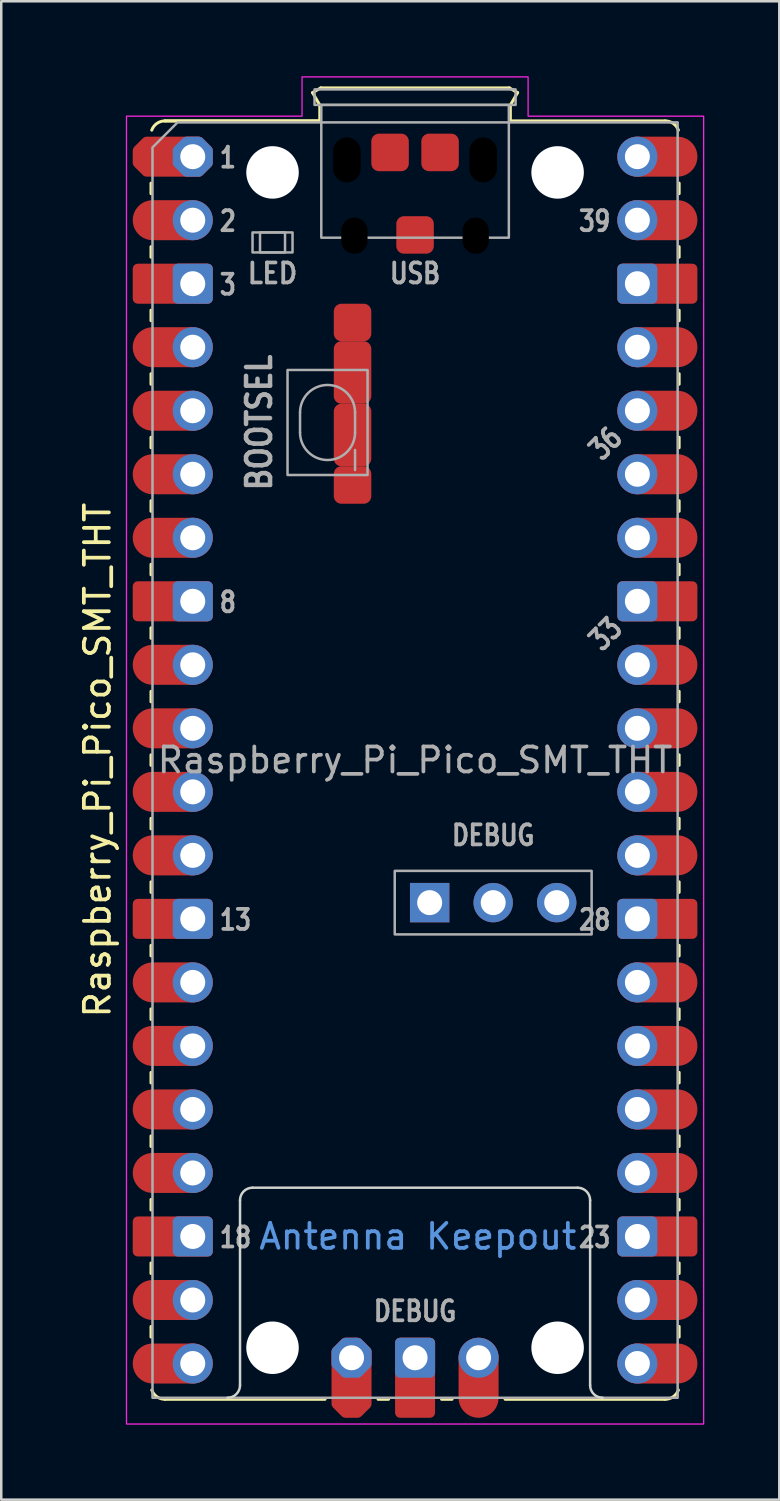
<source format=kicad_pcb>
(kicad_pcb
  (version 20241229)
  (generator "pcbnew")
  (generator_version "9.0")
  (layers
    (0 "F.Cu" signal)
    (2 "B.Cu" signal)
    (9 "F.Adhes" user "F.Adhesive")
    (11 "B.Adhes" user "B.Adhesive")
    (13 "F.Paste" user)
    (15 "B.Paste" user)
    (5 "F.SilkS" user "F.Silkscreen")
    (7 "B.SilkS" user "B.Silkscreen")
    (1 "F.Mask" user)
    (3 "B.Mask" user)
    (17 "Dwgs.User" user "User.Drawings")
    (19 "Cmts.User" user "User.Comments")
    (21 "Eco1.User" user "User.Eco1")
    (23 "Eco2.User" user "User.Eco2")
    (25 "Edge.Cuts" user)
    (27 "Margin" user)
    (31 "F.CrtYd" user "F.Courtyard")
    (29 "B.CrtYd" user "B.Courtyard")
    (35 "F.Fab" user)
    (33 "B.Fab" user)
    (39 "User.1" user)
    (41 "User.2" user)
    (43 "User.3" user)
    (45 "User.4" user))
  (footprint "Raspberry_Pi_Pico_SMT_THT"
    (layer "F.Cu")
    (at 4.658 3.215)
    (property "Reference" "Raspberry_Pi_Pico_SMT_THT" (at -3.81 24.13 270) (layer "F.SilkS") (effects (font (size 1 1) (thickness 0.15))))
    (attr through_hole)
    (fp_line (start -1.67 1.06) (end -1.67 1.48) (stroke (width 0.12) (type solid)) (layer "F.SilkS"))
    (fp_line (start -1.67 3.6) (end -1.67 4.02) (stroke (width 0.12) (type solid)) (layer "F.SilkS"))
    (fp_line (start -1.67 6.14) (end -1.67 6.56) (stroke (width 0.12) (type solid)) (layer "F.SilkS"))
    (fp_line (start -1.67 8.68) (end -1.67 9.1) (stroke (width 0.12) (type solid)) (layer "F.SilkS"))
    (fp_line (start -1.67 11.22) (end -1.67 11.64) (stroke (width 0.12) (type solid)) (layer "F.SilkS"))
    (fp_line (start -1.67 13.76) (end -1.67 14.18) (stroke (width 0.12) (type solid)) (layer "F.SilkS"))
    (fp_line (start -1.67 16.3) (end -1.67 16.72) (stroke (width 0.12) (type solid)) (layer "F.SilkS"))
    (fp_line (start -1.67 18.84) (end -1.67 19.26) (stroke (width 0.12) (type solid)) (layer "F.SilkS"))
    (fp_line (start -1.67 21.38) (end -1.67 21.8) (stroke (width 0.12) (type solid)) (layer "F.SilkS"))
    (fp_line (start -1.67 23.92) (end -1.67 24.34) (stroke (width 0.12) (type solid)) (layer "F.SilkS"))
    (fp_line (start -1.67 26.46) (end -1.67 26.88) (stroke (width 0.12) (type solid)) (layer "F.SilkS"))
    (fp_line (start -1.67 29) (end -1.67 29.42) (stroke (width 0.12) (type solid)) (layer "F.SilkS"))
    (fp_line (start -1.67 31.54) (end -1.67 31.96) (stroke (width 0.12) (type solid)) (layer "F.SilkS"))
    (fp_line (start -1.67 34.08) (end -1.67 34.5) (stroke (width 0.12) (type solid)) (layer "F.SilkS"))
    (fp_line (start -1.67 36.62) (end -1.67 37.04) (stroke (width 0.12) (type solid)) (layer "F.SilkS"))
    (fp_line (start -1.67 39.16) (end -1.67 39.58) (stroke (width 0.12) (type solid)) (layer "F.SilkS"))
    (fp_line (start -1.67 41.7) (end -1.67 42.12) (stroke (width 0.12) (type solid)) (layer "F.SilkS"))
    (fp_line (start -1.67 44.24) (end -1.67 44.66) (stroke (width 0.12) (type solid)) (layer "F.SilkS"))
    (fp_line (start -1.67 46.78) (end -1.67 47.2) (stroke (width 0.12) (type solid)) (layer "F.SilkS"))
    (fp_line (start -1.11 -1.43) (end 5.08 -1.43) (stroke (width 0.12) (type solid)) (layer "F.SilkS"))
    (fp_line (start -1.11 49.69) (end 5.29 49.69) (stroke (width 0.12) (type solid)) (layer "F.SilkS"))
    (fp_line (start 4.79 -2.56) (end 5.12 -2.75) (stroke (width 0.12) (type solid)) (layer "F.SilkS"))
    (fp_line (start 5.08 -2.06) (end 4.79 -2.56) (stroke (width 0.12) (type solid)) (layer "F.SilkS"))
    (fp_line (start 5.08 -1.43) (end -1.11 -1.43) (stroke (width 0.12) (type solid)) (layer "F.SilkS"))
    (fp_line (start 5.08 -1.43) (end 5.08 -2.06) (stroke (width 0.12) (type solid)) (layer "F.SilkS"))
    (fp_line (start 5.12 -2.75) (end 12.66 -2.75) (stroke (width 0.12) (type solid)) (layer "F.SilkS"))
    (fp_line (start 7.41 49.69) (end 7.83 49.69) (stroke (width 0.12) (type solid)) (layer "F.SilkS"))
    (fp_line (start 9.95 49.69) (end 10.37 49.69) (stroke (width 0.12) (type solid)) (layer "F.SilkS"))
    (fp_line (start 12.49 49.69) (end 18.89 49.69) (stroke (width 0.12) (type solid)) (layer "F.SilkS"))
    (fp_line (start 12.66 -2.75) (end 12.99 -2.56) (stroke (width 0.12) (type solid)) (layer "F.SilkS"))
    (fp_line (start 12.7 -2.06) (end 12.7 -1.43) (stroke (width 0.12) (type solid)) (layer "F.SilkS"))
    (fp_line (start 12.99 -2.56) (end 12.7 -2.06) (stroke (width 0.12) (type solid)) (layer "F.SilkS"))
    (fp_line (start 18.89 -1.43) (end 12.7 -1.43) (stroke (width 0.12) (type solid)) (layer "F.SilkS"))
    (fp_line (start 19.45 1.06) (end 19.45 1.48) (stroke (width 0.12) (type solid)) (layer "F.SilkS"))
    (fp_line (start 19.45 3.6) (end 19.45 4.02) (stroke (width 0.12) (type solid)) (layer "F.SilkS"))
    (fp_line (start 19.45 6.14) (end 19.45 6.56) (stroke (width 0.12) (type solid)) (layer "F.SilkS"))
    (fp_line (start 19.45 8.68) (end 19.45 9.1) (stroke (width 0.12) (type solid)) (layer "F.SilkS"))
    (fp_line (start 19.45 11.22) (end 19.45 11.64) (stroke (width 0.12) (type solid)) (layer "F.SilkS"))
    (fp_line (start 19.45 13.76) (end 19.45 14.18) (stroke (width 0.12) (type solid)) (layer "F.SilkS"))
    (fp_line (start 19.45 16.3) (end 19.45 16.72) (stroke (width 0.12) (type solid)) (layer "F.SilkS"))
    (fp_line (start 19.45 18.84) (end 19.45 19.26) (stroke (width 0.12) (type solid)) (layer "F.SilkS"))
    (fp_line (start 19.45 21.38) (end 19.45 21.8) (stroke (width 0.12) (type solid)) (layer "F.SilkS"))
    (fp_line (start 19.45 23.92) (end 19.45 24.34) (stroke (width 0.12) (type solid)) (layer "F.SilkS"))
    (fp_line (start 19.45 26.46) (end 19.45 26.88) (stroke (width 0.12) (type solid)) (layer "F.SilkS"))
    (fp_line (start 19.45 29) (end 19.45 29.42) (stroke (width 0.12) (type solid)) (layer "F.SilkS"))
    (fp_line (start 19.45 31.54) (end 19.45 31.96) (stroke (width 0.12) (type solid)) (layer "F.SilkS"))
    (fp_line (start 19.45 34.08) (end 19.45 34.5) (stroke (width 0.12) (type solid)) (layer "F.SilkS"))
    (fp_line (start 19.45 36.62) (end 19.45 37.04) (stroke (width 0.12) (type solid)) (layer "F.SilkS"))
    (fp_line (start 19.45 39.16) (end 19.45 39.58) (stroke (width 0.12) (type solid)) (layer "F.SilkS"))
    (fp_line (start 19.45 41.7) (end 19.45 42.12) (stroke (width 0.12) (type solid)) (layer "F.SilkS"))
    (fp_line (start 19.45 44.24) (end 19.45 44.66) (stroke (width 0.12) (type solid)) (layer "F.SilkS"))
    (fp_line (start 19.45 46.78) (end 19.45 47.2) (stroke (width 0.12) (type solid)) (layer "F.SilkS"))
    (fp_arc (start -1.64 -1.06) (mid -1.433508 -1.328808) (end -1.11 -1.43) (stroke (width 0.12) (type solid)) (layer "F.SilkS"))
    (fp_arc (start -1.11 49.69) (mid -1.433508 49.588809) (end -1.64 49.32) (stroke (width 0.12) (type solid)) (layer "F.SilkS"))
    (fp_arc (start 18.89 -1.43) (mid 19.213508 -1.328809) (end 19.42 -1.06) (stroke (width 0.12) (type solid)) (layer "F.SilkS"))
    (fp_arc (start 19.42 49.32) (mid 19.213508 49.588808) (end 18.89 49.69) (stroke (width 0.12) (type solid)) (layer "F.SilkS"))
    (fp_line (start 1.89 49.13) (end 1.89 41.73) (stroke (width 0.1) (type solid)) (layer "Edge.Cuts"))
    (fp_line (start 2.39 41.23) (end 15.39 41.23) (stroke (width 0.1) (type solid)) (layer "Edge.Cuts"))
    (fp_line (start 15.89 41.73) (end 15.89 49.13) (stroke (width 0.1) (type solid)) (layer "Edge.Cuts"))
    (fp_arc (start 1.89 41.73) (mid 2.036447 41.376447) (end 2.39 41.23) (stroke (width 0.1) (type solid)) (layer "Edge.Cuts"))
    (fp_arc (start 1.89 49.13) (mid 1.743553 49.483553) (end 1.39 49.63) (stroke (width 0.1) (type solid)) (layer "Edge.Cuts"))
    (fp_arc (start 15.39 41.23) (mid 15.743553 41.376447) (end 15.89 41.73) (stroke (width 0.1) (type solid)) (layer "Edge.Cuts"))
    (fp_arc (start 16.39 49.63) (mid 16.036447 49.483553) (end 15.89 49.13) (stroke (width 0.1) (type solid)) (layer "Edge.Cuts"))
    (fp_poly (pts (xy 13.41 -1.62) (xy 20.43 -1.62) (xy 20.43 50.68) (xy -2.65 50.68) (xy -2.65 -1.62) (xy 4.37 -1.62) (xy 4.37 -3.19) (xy 13.41 -3.19)) (stroke (width 0.05) (type solid)) (fill no) (layer "F.CrtYd"))
    (fp_line (start 4.29 10.23) (end 4.29 11.03) (stroke (width 0.1) (type solid)) (layer "F.Fab"))
    (fp_line (start 6.49 10.23) (end 6.49 11.03) (stroke (width 0.1) (type solid)) (layer "F.Fab"))
    (fp_line (start 6.49 11.73) (end 6.49 12.53) (stroke (width 0.1) (type solid)) (layer "F.Fab"))
    (fp_rect (start 2.39 3.03) (end 3.99 3.83) (stroke (width 0.1) (type solid)) (fill no) (layer "F.Fab"))
    (fp_rect (start 2.69 3.03) (end 3.69 3.83) (stroke (width 0.1) (type solid)) (fill no) (layer "F.Fab"))
    (fp_rect (start 3.79 8.53) (end 6.99 12.73) (stroke (width 0.1) (type solid)) (fill no) (layer "F.Fab"))
    (fp_rect (start 4.87 -2.69) (end 12.91 -2.07) (stroke (width 0.1) (type solid)) (fill no) (layer "F.Fab"))
    (fp_rect (start 5.14 -2.07) (end 12.64 3.24) (stroke (width 0.1) (type solid)) (fill no) (layer "F.Fab"))
    (fp_rect (start 8.077 28.56) (end 15.951 31.1) (stroke (width 0.1) (type solid)) (fill no) (layer "F.Fab"))
    (fp_arc (start 4.29 10.23) (mid 5.39 9.13) (end 6.49 10.23) (stroke (width 0.1) (type solid)) (layer "F.Fab"))
    (fp_arc (start 6.49 11.03) (mid 5.39 12.13) (end 4.29 11.03) (stroke (width 0.1) (type solid)) (layer "F.Fab"))
    (fp_poly (pts (xy 19.39 49.63) (xy -1.61 49.63) (xy -1.61 -0.37) (xy -0.61 -1.37) (xy 19.39 -1.37)) (stroke (width 0.1) (type solid)) (fill no) (layer "F.Fab"))
    (fp_text user "Antenna Keepout" (at 9 43.18 0) (unlocked yes) (layer "Cmts.User") (effects (font (size 1 1) (thickness 0.15))))
    (fp_text user "LED" (at 3.19 4.668 0) (unlocked yes) (layer "F.Fab") (effects (font (size 0.8 0.72) (thickness 0.15))))
    (fp_text user "18" (at 1 43.218 0) (unlocked yes) (layer "F.Fab") (effects (font (size 0.8 0.64) (thickness 0.15)) (justify left)))
    (fp_text user "23" (at 16.78 43.218 0) (unlocked yes) (layer "F.Fab") (effects (font (size 0.8 0.64) (thickness 0.15)) (justify right)))
    (fp_text user "2" (at 1 2.578 0) (unlocked yes) (layer "F.Fab") (effects (font (size 0.8 0.64) (thickness 0.15)) (justify left)))
    (fp_text user "DEBUG" (at 8.89 46.168 0) (unlocked yes) (layer "F.Fab") (effects (font (size 0.8 0.66) (thickness 0.15))))
    (fp_text user "8" (at 1 17.818 0) (unlocked yes) (layer "F.Fab") (effects (font (size 0.8 0.64) (thickness 0.15)) (justify left)))
    (fp_text user "3" (at 1 5.118 0) (unlocked yes) (layer "F.Fab") (effects (font (size 0.8 0.64) (thickness 0.15)) (justify left)))
    (fp_text user "39" (at 16.78 2.578 0) (unlocked yes) (layer "F.Fab") (effects (font (size 0.8 0.64) (thickness 0.15)) (justify right)))
    (fp_text user "BOOTSEL" (at 2.656 10.63 90) (unlocked yes) (layer "F.Fab") (effects (font (size 0.96 0.825) (thickness 0.18))))
    (fp_text user "36" (at 16.51 11.468 45) (unlocked yes) (layer "F.Fab") (effects (font (size 0.8 0.64) (thickness 0.15))))
    (fp_text user "13" (at 1 30.518 0) (unlocked yes) (layer "F.Fab") (effects (font (size 0.8 0.64) (thickness 0.15)) (justify left)))
    (fp_text user "USB" (at 8.89 4.668 0) (unlocked yes) (layer "F.Fab") (effects (font (size 0.8 0.66) (thickness 0.15))))
    (fp_text user "${REFERENCE}" (at 8.89 24.13 0) (unlocked yes) (layer "F.Fab") (effects (font (size 1 1) (thickness 0.15))))
    (fp_text user "33" (at 16.51 19.088 45) (unlocked yes) (layer "F.Fab") (effects (font (size 0.8 0.64) (thickness 0.15))))
    (fp_text user "DEBUG" (at 12.014 27.138 0) (unlocked yes) (layer "F.Fab") (effects (font (size 0.8 0.66) (thickness 0.15))))
    (fp_text user "28" (at 16.78 30.518 0) (unlocked yes) (layer "F.Fab") (effects (font (size 0.8 0.64) (thickness 0.15)) (justify right)))
    (fp_text user "1" (at 1 0.038 0) (unlocked yes) (layer "F.Fab") (effects (font (size 0.8 0.64) (thickness 0.15)) (justify left)))
    (pad "" np_thru_hole circle (at 3.19 0.63) (size 2.1 2.1) (drill 2.1) (layers "*.Cu" "*.Mask"))
    (pad "" np_thru_hole circle (at 3.19 47.63) (size 2.1 2.1) (drill 2.1) (layers "*.Cu" "*.Mask"))
    (pad "" np_thru_hole oval (at 6.165 0.13) (size 1.1 1.8) (drill oval 1.1 1.8) (layers "*.Mask"))
    (pad "" np_thru_hole oval (at 6.465 3.16) (size 1.05 1.45) (drill oval 1.05 1.45) (layers "*.Mask"))
    (pad "" np_thru_hole oval (at 11.315 3.16) (size 1.05 1.45) (drill oval 1.05 1.45) (layers "*.Mask"))
    (pad "" np_thru_hole oval (at 11.615 0.13) (size 1.1 1.8) (drill oval 1.1 1.8) (layers "*.Mask"))
    (pad "" np_thru_hole circle (at 14.59 0.63) (size 2.1 2.1) (drill 2.1) (layers "*.Cu" "*.Mask"))
    (pad "" np_thru_hole circle (at 14.59 47.63) (size 2.1 2.1) (drill 2.1) (layers "*.Cu" "*.Mask"))
    (pad "1" smd custom (at -1.6 0) (size 1.6 1.6) (layers "F.Cu" "F.Mask") (options (anchor circle)) (primitives (gr_poly (pts (xy 2.2 0.249) (xy 1.849 0.6) (xy -0.249 0.6) (xy -0.6 0.249) (xy -0.6 -0.249) (xy -0.249 -0.6) (xy 1.849 -0.6) (xy 2.2 -0.249)) (width 0.4) (fill yes))))
    (pad "1" thru_hole custom (at 0 0) (size 1.6 1.6) (drill 1) (layers "*.Cu" "*.Mask") (options (anchor circle)) (primitives (gr_poly (pts (xy 0.6 0.249) (xy 0.249 0.6) (xy -0.249 0.6) (xy -0.6 0.249) (xy -0.6 -0.249) (xy -0.249 -0.6) (xy 0.249 -0.6) (xy 0.6 -0.249)) (width 0.4) (fill yes))))
    (pad "2" smd oval (at -1.6 2.54) (size 3.2 1.6) (drill (offset 0.8 0)) (layers "F.Cu" "F.Mask"))
    (pad "2" thru_hole circle (at 0 2.54) (size 1.6 1.6) (drill 1) (layers "*.Cu" "*.Mask"))
    (pad "3" smd roundrect (at -1.6 5.08) (size 3.2 1.6) (drill (offset 0.8 0)) (layers "F.Cu" "F.Mask") (roundrect_rratio 0.125))
    (pad "3" thru_hole roundrect (at 0 5.08) (size 1.6 1.6) (drill 1) (layers "*.Cu" "*.Mask") (roundrect_rratio 0.125))
    (pad "4" smd oval (at -1.6 7.62) (size 3.2 1.6) (drill (offset 0.8 0)) (layers "F.Cu" "F.Mask"))
    (pad "4" thru_hole circle (at 0 7.62) (size 1.6 1.6) (drill 1) (layers "*.Cu" "*.Mask"))
    (pad "5" smd oval (at -1.6 10.16) (size 3.2 1.6) (drill (offset 0.8 0)) (layers "F.Cu" "F.Mask"))
    (pad "5" thru_hole circle (at 0 10.16) (size 1.6 1.6) (drill 1) (layers "*.Cu" "*.Mask"))
    (pad "6" smd oval (at -1.6 12.7) (size 3.2 1.6) (drill (offset 0.8 0)) (layers "F.Cu" "F.Mask"))
    (pad "6" thru_hole circle (at 0 12.7) (size 1.6 1.6) (drill 1) (layers "*.Cu" "*.Mask"))
    (pad "7" smd oval (at -1.6 15.24) (size 3.2 1.6) (drill (offset 0.8 0)) (layers "F.Cu" "F.Mask"))
    (pad "7" thru_hole circle (at 0 15.24) (size 1.6 1.6) (drill 1) (layers "*.Cu" "*.Mask"))
    (pad "8" smd roundrect (at -1.6 17.78) (size 3.2 1.6) (drill (offset 0.8 0)) (layers "F.Cu" "F.Mask") (roundrect_rratio 0.125))
    (pad "8" thru_hole roundrect (at 0 17.78) (size 1.6 1.6) (drill 1) (layers "*.Cu" "*.Mask") (roundrect_rratio 0.125))
    (pad "9" smd oval (at -1.6 20.32) (size 3.2 1.6) (drill (offset 0.8 0)) (layers "F.Cu" "F.Mask"))
    (pad "9" thru_hole circle (at 0 20.32) (size 1.6 1.6) (drill 1) (layers "*.Cu" "*.Mask"))
    (pad "10" smd oval (at -1.6 22.86) (size 3.2 1.6) (drill (offset 0.8 0)) (layers "F.Cu" "F.Mask"))
    (pad "10" thru_hole circle (at 0 22.86) (size 1.6 1.6) (drill 1) (layers "*.Cu" "*.Mask"))
    (pad "11" smd oval (at -1.6 25.4) (size 3.2 1.6) (drill (offset 0.8 0)) (layers "F.Cu" "F.Mask"))
    (pad "11" thru_hole circle (at 0 25.4) (size 1.6 1.6) (drill 1) (layers "*.Cu" "*.Mask"))
    (pad "12" smd oval (at -1.6 27.94) (size 3.2 1.6) (drill (offset 0.8 0)) (layers "F.Cu" "F.Mask"))
    (pad "12" thru_hole circle (at 0 27.94) (size 1.6 1.6) (drill 1) (layers "*.Cu" "*.Mask"))
    (pad "13" smd roundrect (at -1.6 30.48) (size 3.2 1.6) (drill (offset 0.8 0)) (layers "F.Cu" "F.Mask") (roundrect_rratio 0.125))
    (pad "13" thru_hole roundrect (at 0 30.48) (size 1.6 1.6) (drill 1) (layers "*.Cu" "*.Mask") (roundrect_rratio 0.125))
    (pad "14" smd oval (at -1.6 33.02) (size 3.2 1.6) (drill (offset 0.8 0)) (layers "F.Cu" "F.Mask"))
    (pad "14" thru_hole circle (at 0 33.02) (size 1.6 1.6) (drill 1) (layers "*.Cu" "*.Mask"))
    (pad "15" smd oval (at -1.6 35.56) (size 3.2 1.6) (drill (offset 0.8 0)) (layers "F.Cu" "F.Mask"))
    (pad "15" thru_hole circle (at 0 35.56) (size 1.6 1.6) (drill 1) (layers "*.Cu" "*.Mask"))
    (pad "16" smd oval (at -1.6 38.1) (size 3.2 1.6) (drill (offset 0.8 0)) (layers "F.Cu" "F.Mask"))
    (pad "16" thru_hole circle (at 0 38.1) (size 1.6 1.6) (drill 1) (layers "*.Cu" "*.Mask"))
    (pad "17" smd oval (at -1.6 40.64) (size 3.2 1.6) (drill (offset 0.8 0)) (layers "F.Cu" "F.Mask"))
    (pad "17" thru_hole circle (at 0 40.64) (size 1.6 1.6) (drill 1) (layers "*.Cu" "*.Mask"))
    (pad "18" smd roundrect (at -1.6 43.18) (size 3.2 1.6) (drill (offset 0.8 0)) (layers "F.Cu" "F.Mask") (roundrect_rratio 0.125))
    (pad "18" thru_hole roundrect (at 0 43.18) (size 1.6 1.6) (drill 1) (layers "*.Cu" "*.Mask") (roundrect_rratio 0.125))
    (pad "19" smd oval (at -1.6 45.72) (size 3.2 1.6) (drill (offset 0.8 0)) (layers "F.Cu" "F.Mask"))
    (pad "19" thru_hole circle (at 0 45.72) (size 1.6 1.6) (drill 1) (layers "*.Cu" "*.Mask"))
    (pad "20" smd oval (at -1.6 48.26) (size 3.2 1.6) (drill (offset 0.8 0)) (layers "F.Cu" "F.Mask"))
    (pad "20" thru_hole circle (at 0 48.26) (size 1.6 1.6) (drill 1) (layers "*.Cu" "*.Mask"))
    (pad "21" thru_hole circle (at 17.78 48.26) (size 1.6 1.6) (drill 1) (layers "*.Cu" "*.Mask"))
    (pad "21" smd oval (at 19.38 48.26) (size 3.2 1.6) (drill (offset -0.8 0)) (layers "F.Cu" "F.Mask"))
    (pad "22" thru_hole circle (at 17.78 45.72) (size 1.6 1.6) (drill 1) (layers "*.Cu" "*.Mask"))
    (pad "22" smd oval (at 19.38 45.72) (size 3.2 1.6) (drill (offset -0.8 0)) (layers "F.Cu" "F.Mask"))
    (pad "23" thru_hole roundrect (at 17.78 43.18) (size 1.6 1.6) (drill 1) (layers "*.Cu" "*.Mask") (roundrect_rratio 0.125))
    (pad "23" smd roundrect (at 19.38 43.18) (size 3.2 1.6) (drill (offset -0.8 0)) (layers "F.Cu" "F.Mask") (roundrect_rratio 0.125))
    (pad "24" thru_hole circle (at 17.78 40.64) (size 1.6 1.6) (drill 1) (layers "*.Cu" "*.Mask"))
    (pad "24" smd oval (at 19.38 40.64) (size 3.2 1.6) (drill (offset -0.8 0)) (layers "F.Cu" "F.Mask"))
    (pad "25" thru_hole circle (at 17.78 38.1) (size 1.6 1.6) (drill 1) (layers "*.Cu" "*.Mask"))
    (pad "25" smd oval (at 19.38 38.1) (size 3.2 1.6) (drill (offset -0.8 0)) (layers "F.Cu" "F.Mask"))
    (pad "26" thru_hole circle (at 17.78 35.56) (size 1.6 1.6) (drill 1) (layers "*.Cu" "*.Mask"))
    (pad "26" smd oval (at 19.38 35.56) (size 3.2 1.6) (drill (offset -0.8 0)) (layers "F.Cu" "F.Mask"))
    (pad "27" thru_hole circle (at 17.78 33.02) (size 1.6 1.6) (drill 1) (layers "*.Cu" "*.Mask"))
    (pad "27" smd oval (at 19.38 33.02) (size 3.2 1.6) (drill (offset -0.8 0)) (layers "F.Cu" "F.Mask"))
    (pad "28" thru_hole roundrect (at 17.78 30.48) (size 1.6 1.6) (drill 1) (layers "*.Cu" "*.Mask") (roundrect_rratio 0.125))
    (pad "28" smd roundrect (at 19.38 30.48) (size 3.2 1.6) (drill (offset -0.8 0)) (layers "F.Cu" "F.Mask") (roundrect_rratio 0.125))
    (pad "29" thru_hole circle (at 17.78 27.94) (size 1.6 1.6) (drill 1) (layers "*.Cu" "*.Mask"))
    (pad "29" smd oval (at 19.38 27.94) (size 3.2 1.6) (drill (offset -0.8 0)) (layers "F.Cu" "F.Mask"))
    (pad "30" thru_hole circle (at 17.78 25.4) (size 1.6 1.6) (drill 1) (layers "*.Cu" "*.Mask"))
    (pad "30" smd oval (at 19.38 25.4) (size 3.2 1.6) (drill (offset -0.8 0)) (layers "F.Cu" "F.Mask"))
    (pad "31" thru_hole circle (at 17.78 22.86) (size 1.6 1.6) (drill 1) (layers "*.Cu" "*.Mask"))
    (pad "31" smd oval (at 19.38 22.86) (size 3.2 1.6) (drill (offset -0.8 0)) (layers "F.Cu" "F.Mask"))
    (pad "32" thru_hole circle (at 17.78 20.32) (size 1.6 1.6) (drill 1) (layers "*.Cu" "*.Mask"))
    (pad "32" smd oval (at 19.38 20.32) (size 3.2 1.6) (drill (offset -0.8 0)) (layers "F.Cu" "F.Mask"))
    (pad "33" thru_hole roundrect (at 17.78 17.78) (size 1.6 1.6) (drill 1) (layers "*.Cu" "*.Mask") (roundrect_rratio 0.125))
    (pad "33" smd roundrect (at 19.38 17.78) (size 3.2 1.6) (drill (offset -0.8 0)) (layers "F.Cu" "F.Mask") (roundrect_rratio 0.125))
    (pad "34" thru_hole circle (at 17.78 15.24) (size 1.6 1.6) (drill 1) (layers "*.Cu" "*.Mask"))
    (pad "34" smd oval (at 19.38 15.24) (size 3.2 1.6) (drill (offset -0.8 0)) (layers "F.Cu" "F.Mask"))
    (pad "35" thru_hole circle (at 17.78 12.7) (size 1.6 1.6) (drill 1) (layers "*.Cu" "*.Mask"))
    (pad "35" smd oval (at 19.38 12.7) (size 3.2 1.6) (drill (offset -0.8 0)) (layers "F.Cu" "F.Mask"))
    (pad "36" thru_hole circle (at 17.78 10.16) (size 1.6 1.6) (drill 1) (layers "*.Cu" "*.Mask"))
    (pad "36" smd oval (at 19.38 10.16) (size 3.2 1.6) (drill (offset -0.8 0)) (layers "F.Cu" "F.Mask"))
    (pad "37" thru_hole circle (at 17.78 7.62) (size 1.6 1.6) (drill 1) (layers "*.Cu" "*.Mask"))
    (pad "37" smd oval (at 19.38 7.62) (size 3.2 1.6) (drill (offset -0.8 0)) (layers "F.Cu" "F.Mask"))
    (pad "38" thru_hole roundrect (at 17.78 5.08) (size 1.6 1.6) (drill 1) (layers "*.Cu" "*.Mask") (roundrect_rratio 0.125))
    (pad "38" smd roundrect (at 19.38 5.08) (size 3.2 1.6) (drill (offset -0.8 0)) (layers "F.Cu" "F.Mask") (roundrect_rratio 0.125))
    (pad "39" thru_hole circle (at 17.78 2.54) (size 1.6 1.6) (drill 1) (layers "*.Cu" "*.Mask"))
    (pad "39" smd oval (at 19.38 2.54) (size 3.2 1.6) (drill (offset -0.8 0)) (layers "F.Cu" "F.Mask"))
    (pad "40" thru_hole circle (at 17.78 0) (size 1.6 1.6) (drill 1) (layers "*.Cu" "*.Mask"))
    (pad "40" smd oval (at 19.38 0) (size 3.2 1.6) (drill (offset -0.8 0)) (layers "F.Cu" "F.Mask"))
    (pad "41" thru_hole custom (at 6.35 48.03) (size 1.6 1.6) (drill 1) (layers "*.Cu" "*.Mask") (options (anchor circle)) (primitives (gr_poly (pts (xy 0.6 0.249) (xy 0.249 0.6) (xy -0.249 0.6) (xy -0.6 0.249) (xy -0.6 -0.249) (xy -0.249 -0.6) (xy 0.249 -0.6) (xy 0.6 -0.249)) (width 0.4) (fill yes))))
    (pad "41" smd custom (at 6.35 49.63) (size 1.6 1.6) (layers "F.Cu" "F.Mask") (options (anchor circle)) (primitives (gr_poly (pts (xy 0.6 0.249) (xy 0.249 0.6) (xy -0.249 0.6) (xy -0.6 0.249) (xy -0.6 -1.849) (xy -0.249 -2.2) (xy 0.249 -2.2) (xy 0.6 -1.849)) (width 0.4) (fill yes))))
    (pad "41" thru_hole rect (at 9.474 29.83) (size 1.575 1.575) (drill 1) (layers "*.Cu" "*.Mask"))
    (pad "42" thru_hole roundrect (at 8.89 48.03) (size 1.6 1.6) (drill 1) (layers "*.Cu" "*.Mask") (roundrect_rratio 0.125))
    (pad "42" smd roundrect (at 8.89 49.63) (size 1.6 3.2) (drill (offset 0 -0.8)) (layers "F.Cu" "F.Mask") (roundrect_rratio 0.125))
    (pad "42" thru_hole circle (at 12.014 29.83) (size 1.575 1.575) (drill 1) (layers "*.Cu" "*.Mask"))
    (pad "43" thru_hole circle (at 11.43 48.03) (size 1.6 1.6) (drill 1) (layers "*.Cu" "*.Mask"))
    (pad "43" smd oval (at 11.43 49.63) (size 1.6 3.2) (drill (offset 0 -0.8)) (layers "F.Cu" "F.Mask"))
    (pad "43" thru_hole circle (at 14.554 29.83) (size 1.575 1.575) (drill 1) (layers "*.Cu" "*.Mask"))
    (pad "51" smd roundrect (at 8.89 3.13) (size 1.5 1.5) (property pad_prop_testpoint) (layers "F.Cu" "F.Mask") (roundrect_rratio 0.2))
    (pad "52" smd roundrect (at 9.89 -0.17) (size 1.5 1.5) (property pad_prop_testpoint) (layers "F.Cu" "F.Mask") (roundrect_rratio 0.2))
    (pad "53" smd roundrect (at 7.89 -0.17) (size 1.5 1.5) (property pad_prop_testpoint) (layers "F.Cu" "F.Mask") (roundrect_rratio 0.2))
    (pad "54" smd roundrect (at 6.39 6.63) (size 1.5 1.5) (property pad_prop_testpoint) (layers "F.Cu" "F.Mask") (roundrect_rratio 0.2))
    (pad "54" smd roundrect (at 6.39 8.13) (size 1.5 1.5) (property pad_prop_testpoint) (layers "F.Cu" "F.Mask") (roundrect_rratio 0.2))
    (pad "55" smd roundrect (at 6.39 9.13) (size 1.5 1.5) (property pad_prop_testpoint) (layers "F.Cu" "F.Mask") (roundrect_rratio 0.2))
    (pad "55" smd roundrect (at 6.39 10.63) (size 1.5 1.5) (property pad_prop_testpoint) (layers "F.Cu" "F.Mask") (roundrect_rratio 0.2))
    (pad "56" smd roundrect (at 6.39 11.63) (size 1.5 1.5) (property pad_prop_testpoint) (layers "F.Cu" "F.Mask") (roundrect_rratio 0.2))
    (pad "56" smd roundrect (at 6.39 13.13) (size 1.5 1.5) (property pad_prop_testpoint) (layers "F.Cu" "F.Mask") (roundrect_rratio 0.2))
    (zone (net_name "") (layer "F.Cu") (name "Test Point Keepout") (hatch full 0.508) (connect_pads) (min_thickness 0.254) (filled_areas_thickness no) (keepout (tracks not_allowed) (vias not_allowed) (pads allowed) (copperpour not_allowed) (footprints allowed)) (placement (enabled no)) (fill) (polygon (pts (xy 12.098 10.895) (xy 9.998 10.895) (xy 9.998 8.795) (xy 12.098 8.795))))
    (zone (net_name "") (layer "F.Cu") (name "Test Point Keepout") (hatch full 0.508) (connect_pads) (min_thickness 0.254) (filled_areas_thickness no) (keepout (tracks not_allowed) (vias not_allowed) (pads allowed) (copperpour not_allowed) (footprints allowed)) (placement (enabled no)) (fill) (polygon (pts (xy 12.098 12.395) (xy 9.998 12.395) (xy 9.998 10.295) (xy 12.098 10.295))))
    (zone (net_name "") (layer "F.Cu") (name "Test Point Keepout") (hatch full 0.508) (connect_pads) (min_thickness 0.254) (filled_areas_thickness no) (keepout (tracks not_allowed) (vias not_allowed) (pads allowed) (copperpour not_allowed) (footprints allowed)) (placement (enabled no)) (fill) (polygon (pts (xy 12.098 13.395) (xy 9.998 13.395) (xy 9.998 11.295) (xy 12.098 11.295))))
    (zone (net_name "") (layer "F.Cu") (name "Test Point Keepout") (hatch full 0.508) (connect_pads) (min_thickness 0.254) (filled_areas_thickness no) (keepout (tracks not_allowed) (vias not_allowed) (pads allowed) (copperpour not_allowed) (footprints allowed)) (placement (enabled no)) (fill) (polygon (pts (xy 12.098 14.895) (xy 9.998 14.895) (xy 9.998 12.795) (xy 12.098 12.795))))
    (zone (net_name "") (layer "F.Cu") (name "Test Point Keepout") (hatch full 0.508) (connect_pads) (min_thickness 0.254) (filled_areas_thickness no) (keepout (tracks not_allowed) (vias not_allowed) (pads allowed) (copperpour not_allowed) (footprints allowed)) (placement (enabled no)) (fill) (polygon (pts (xy 12.098 15.895) (xy 9.998 15.895) (xy 9.998 13.795) (xy 12.098 13.795))))
    (zone (net_name "") (layer "F.Cu") (name "Test Point Keepout") (hatch full 0.508) (connect_pads) (min_thickness 0.254) (filled_areas_thickness no) (keepout (tracks not_allowed) (vias not_allowed) (pads allowed) (copperpour not_allowed) (footprints allowed)) (placement (enabled no)) (fill) (polygon (pts (xy 12.098 17.395) (xy 9.998 17.395) (xy 9.998 15.295) (xy 12.098 15.295))))
    (zone (net_name "") (layer "F.Cu") (name "Test Point Keepout") (hatch full 0.508) (connect_pads) (min_thickness 0.254) (filled_areas_thickness no) (keepout (tracks not_allowed) (vias not_allowed) (pads allowed) (copperpour not_allowed) (footprints allowed)) (placement (enabled no)) (fill) (polygon (pts (xy 14.598 7.395) (xy 12.498 7.395) (xy 12.498 5.295) (xy 14.598 5.295))))
    (zone (net_name "") (layer "F.Cu") (name "Test Point Keepout") (hatch full 0.508) (connect_pads) (min_thickness 0.254) (filled_areas_thickness no) (keepout (tracks not_allowed) (vias not_allowed) (pads allowed) (copperpour not_allowed) (footprints allowed)) (placement (enabled no)) (fill) (polygon (pts (xy 15.598 4.095) (xy 11.498 4.095) (xy 11.498 1.995) (xy 15.598 1.995))))
    (zone (net_name "") (layers "F.Cu" "F.Mask" "B.Cu" "B.Mask" "F.SilkS" "B.SilkS" "F.Adhes" "B.Adhes" "F.Paste" "B.Paste") (name "Antenna Keepout") (hatch full 0.508) (connect_pads) (min_thickness 0.254) (filled_areas_thickness no) (keepout (tracks not_allowed) (vias not_allowed) (pads not_allowed) (copperpour not_allowed) (footprints not_allowed)) (placement (enabled no)) (fill) (polygon (pts (xy 20.548 52.845) (xy 6.548 52.845) (xy 6.548 44.445) (xy 20.548 44.445)))))
  (gr_rect
    (start -3 -3)
    (end 28.113 56.92)
    (stroke (width 0.1) (type default))
    (fill no)
    (layer "Edge.Cuts")))
</source>
